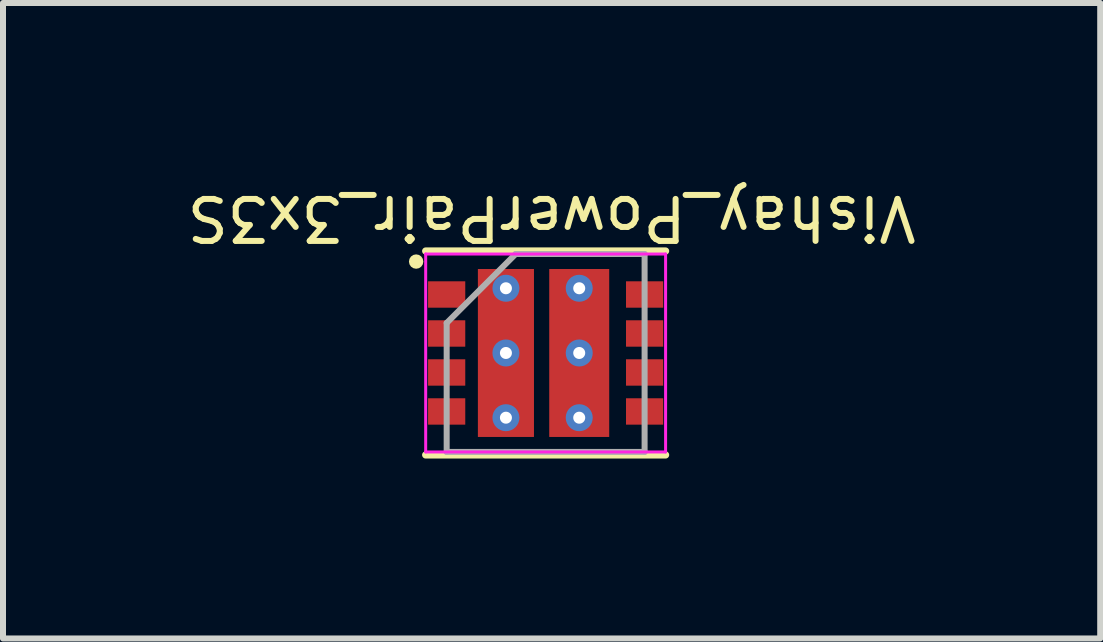
<source format=kicad_pcb>
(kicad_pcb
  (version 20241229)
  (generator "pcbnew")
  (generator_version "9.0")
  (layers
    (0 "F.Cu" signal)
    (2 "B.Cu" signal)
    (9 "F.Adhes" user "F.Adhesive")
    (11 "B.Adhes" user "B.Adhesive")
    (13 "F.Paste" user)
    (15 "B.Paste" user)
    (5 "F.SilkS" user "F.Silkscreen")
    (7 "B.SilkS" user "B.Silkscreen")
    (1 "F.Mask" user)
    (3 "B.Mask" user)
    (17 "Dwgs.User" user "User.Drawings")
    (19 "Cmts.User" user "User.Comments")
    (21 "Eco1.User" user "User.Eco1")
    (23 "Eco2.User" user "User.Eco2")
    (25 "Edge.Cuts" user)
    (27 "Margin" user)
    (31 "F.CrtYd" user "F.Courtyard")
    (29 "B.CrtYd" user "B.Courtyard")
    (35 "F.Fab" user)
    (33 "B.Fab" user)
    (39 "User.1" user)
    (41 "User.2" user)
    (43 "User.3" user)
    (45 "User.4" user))
  (footprint "Vishay_PowerPair_3x3S"
    (layer "F.Cu")
    (at 6.047 2.835)
    (property "Reference" "Vishay_PowerPair_3x3S" (at 0.1 -2.25 180) (unlocked yes) (layer "F.SilkS") (effects (font (size 0.7 0.7) (thickness 0.1))))
    (attr smd)
    (fp_line (start -2 -1.7) (end 2 -1.7) (stroke (width 0.12) (type solid)) (layer "F.SilkS"))
    (fp_line (start -2 1.7) (end 2 1.7) (stroke (width 0.12) (type solid)) (layer "F.SilkS"))
    (fp_circle (center -2.159 -1.524) (end -2.099 -1.524) (stroke (width 0.12) (type solid)) (fill no) (layer "F.SilkS"))
    (fp_line (start -2 -1.65) (end -2 1.65) (stroke (width 0.05) (type solid)) (layer "F.CrtYd"))
    (fp_line (start -2 -1.65) (end 2 -1.65) (stroke (width 0.05) (type solid)) (layer "F.CrtYd"))
    (fp_line (start -2 1.65) (end 2 1.65) (stroke (width 0.05) (type solid)) (layer "F.CrtYd"))
    (fp_line (start 2 -1.65) (end 2 1.65) (stroke (width 0.05) (type solid)) (layer "F.CrtYd"))
    (fp_line (start -1.65 -0.5) (end -0.5 -1.65) (stroke (width 0.1) (type solid)) (layer "F.Fab"))
    (fp_line (start -1.65 1.65) (end -1.65 -0.5) (stroke (width 0.1) (type solid)) (layer "F.Fab"))
    (fp_line (start -0.5 -1.65) (end 1.65 -1.65) (stroke (width 0.1) (type solid)) (layer "F.Fab"))
    (fp_line (start 1.65 -1.65) (end 1.65 1.65) (stroke (width 0.1) (type solid)) (layer "F.Fab"))
    (fp_line (start 1.65 1.65) (end -1.65 1.65) (stroke (width 0.1) (type solid)) (layer "F.Fab"))
    (pad "" smd rect (at -0.662 -0.55) (size 0.8 0.7) (layers "F.Paste"))
    (pad "" smd rect (at -0.662 0.55) (size 0.8 0.7) (layers "F.Paste"))
    (pad "" smd rect (at 0.56 -0.55) (size 0.9 0.7) (layers "F.Paste"))
    (pad "" smd rect (at 0.56 0.55) (size 0.9 0.7) (layers "F.Paste"))
    (pad "1" smd rect (at -1.65 -0.975) (size 0.62 0.44) (layers "F.Cu" "F.Mask" "F.Paste"))
    (pad "2" smd rect (at -1.65 -0.325) (size 0.62 0.44) (layers "F.Cu" "F.Mask" "F.Paste"))
    (pad "2" smd rect (at -1.65 0.325) (size 0.62 0.44) (layers "F.Cu" "F.Mask" "F.Paste"))
    (pad "2" smd rect (at -1.65 0.975) (size 0.62 0.44) (layers "F.Cu" "F.Mask" "F.Paste"))
    (pad "2" thru_hole circle (at -0.662 -1.079) (size 0.45 0.45) (drill 0.2) (layers "*.Cu" "*.Mask"))
    (pad "2" thru_hole circle (at -0.662 0) (size 0.45 0.45) (drill 0.2) (layers "*.Cu" "*.Mask"))
    (pad "2" smd rect (at -0.662 0) (size 0.935 2.8) (layers "F.Cu" "F.Mask"))
    (pad "2" thru_hole circle (at -0.662 1.079) (size 0.45 0.45) (drill 0.2) (layers "*.Cu" "*.Mask"))
    (pad "5" smd rect (at 1.65 -0.325) (size 0.62 0.44) (layers "F.Cu" "F.Mask" "F.Paste"))
    (pad "5" smd rect (at 1.65 0.325) (size 0.62 0.44) (layers "F.Cu" "F.Mask" "F.Paste"))
    (pad "5" smd rect (at 1.65 0.975) (size 0.62 0.44) (layers "F.Cu" "F.Mask" "F.Paste"))
    (pad "8" smd rect (at 1.65 -0.975) (size 0.62 0.44) (layers "F.Cu" "F.Mask" "F.Paste"))
    (pad "9" thru_hole circle (at 0.56 -1.079) (size 0.45 0.45) (drill 0.2) (layers "*.Cu" "*.Mask"))
    (pad "9" thru_hole circle (at 0.56 0) (size 0.45 0.45) (drill 0.2) (layers "*.Cu" "*.Mask"))
    (pad "9" smd rect (at 0.56 0) (size 1 2.8) (layers "F.Cu" "F.Mask"))
    (pad "9" thru_hole circle (at 0.56 1.079) (size 0.45 0.45) (drill 0.2) (layers "*.Cu" "*.Mask")))
  (gr_rect
    (start -3 -3)
    (end 15.293 7.595)
    (stroke (width 0.1) (type default))
    (fill no)
    (layer "Edge.Cuts")))
</source>
